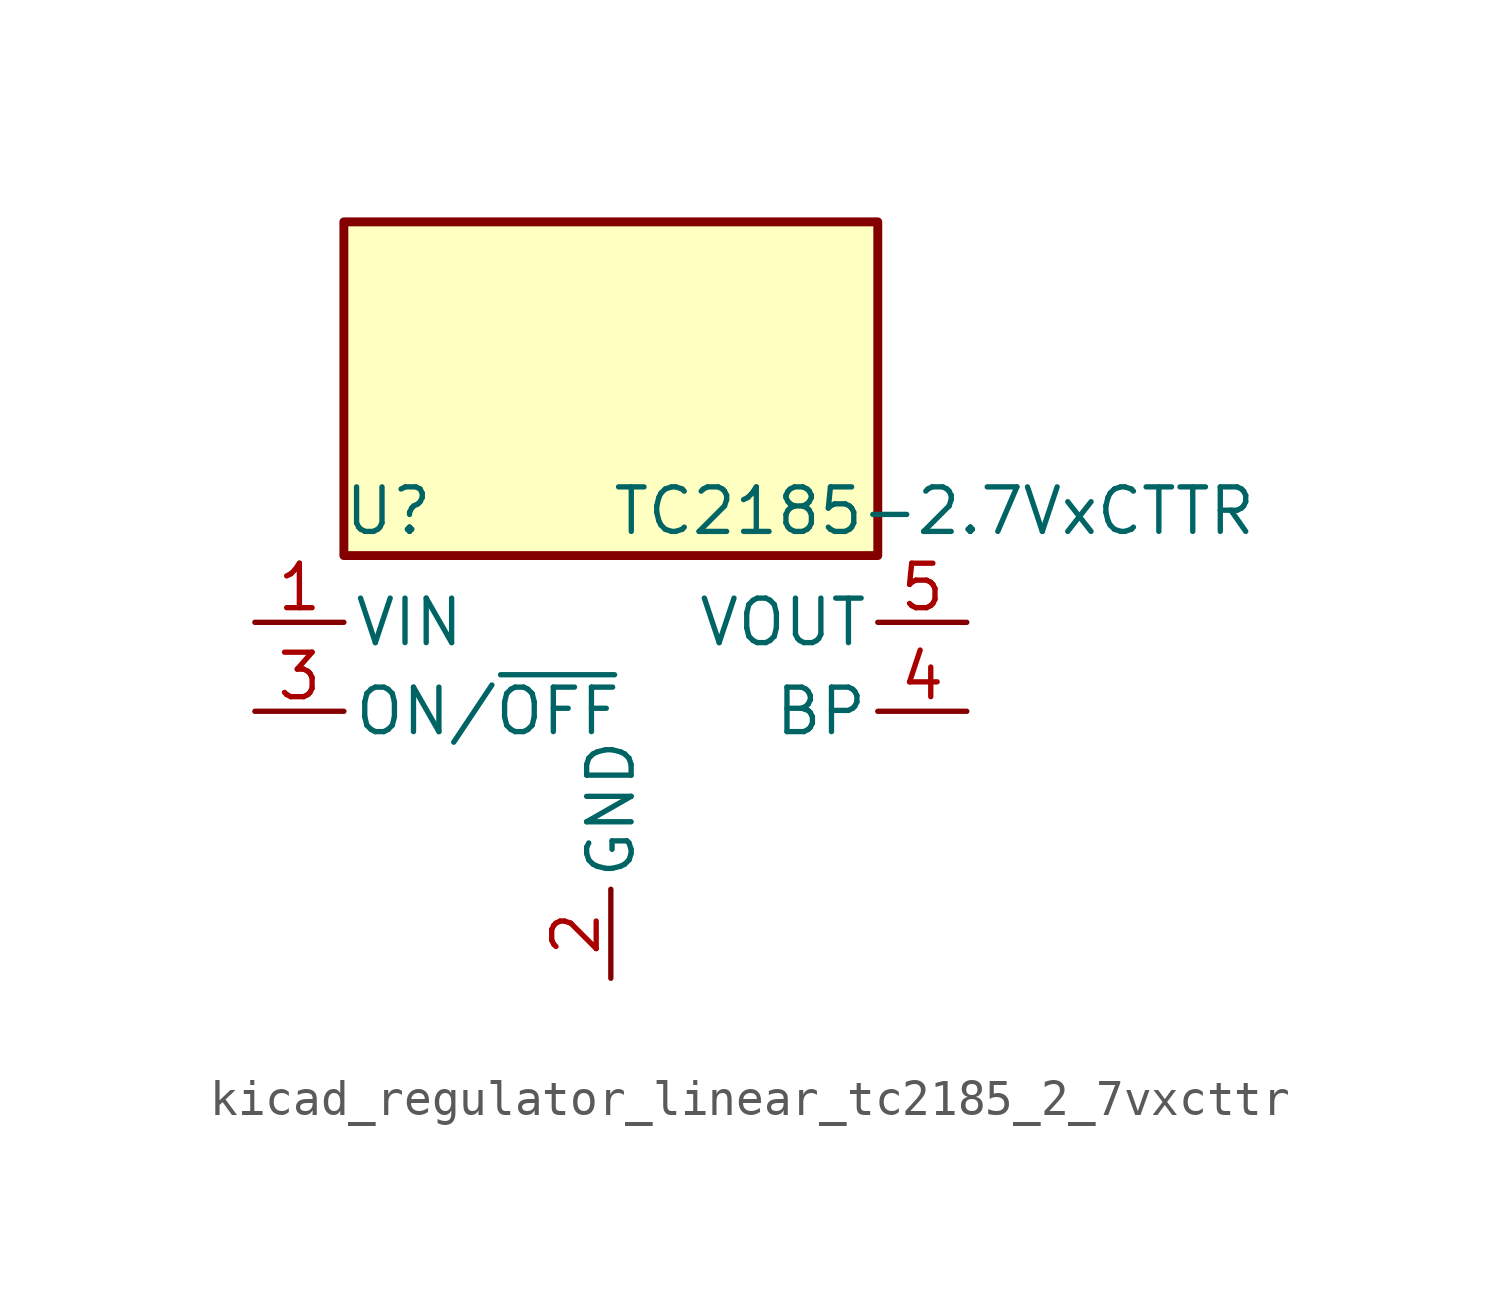
<source format=kicad_sym>
(kicad_symbol_lib
  (version 20220914)
  (generator kicad_symbol_editor)
  (symbol "kicad_regulator_linear_tc2185_2_7vxcttr"
    (pin_names
      (offset 0.254))
    (property "Reference" "U"
      (at -6.35 5.715 0)
      (effects (font (size 1.27 1.27))))
    (property "Value" "TC2185-2.7VxCTTR"
      (at 0 5.715 0)
      (effects (font (size 1.27 1.27)) (justify left)))
    (symbol "kicad_regulator_linear_tc2185_2_7vxcttr_0_1"
      (rectangle (start 7.62 13.97) (end -7.62 4.445) (stroke (width 0.254) (type default)) (fill (type background))))
    (symbol "kicad_regulator_linear_tc2185_2_7vxcttr_1_1"
      (pin power_in line (at -10.16 2.54 0) (length 2.54) (name "VIN" (effects (font (size 1.27 1.27)))) (number "1" (effects (font (size 1.27 1.27)))))
      (pin power_in line (at 0 -7.62 90) (length 2.54) (name "GND" (effects (font (size 1.27 1.27)))) (number "2" (effects (font (size 1.27 1.27)))))
      (pin input line (at -10.16 0 0) (length 2.54) (name "ON/~{OFF}" (effects (font (size 1.27 1.27)))) (number "3" (effects (font (size 1.27 1.27)))))
      (pin input line (at 10.16 0 180) (length 2.54) (name "BP" (effects (font (size 1.27 1.27)))) (number "4" (effects (font (size 1.27 1.27)))))
      (pin power_out line (at 10.16 2.54 180) (length 2.54) (name "VOUT" (effects (font (size 1.27 1.27)))) (number "5" (effects (font (size 1.27 1.27))))))))
</source>
